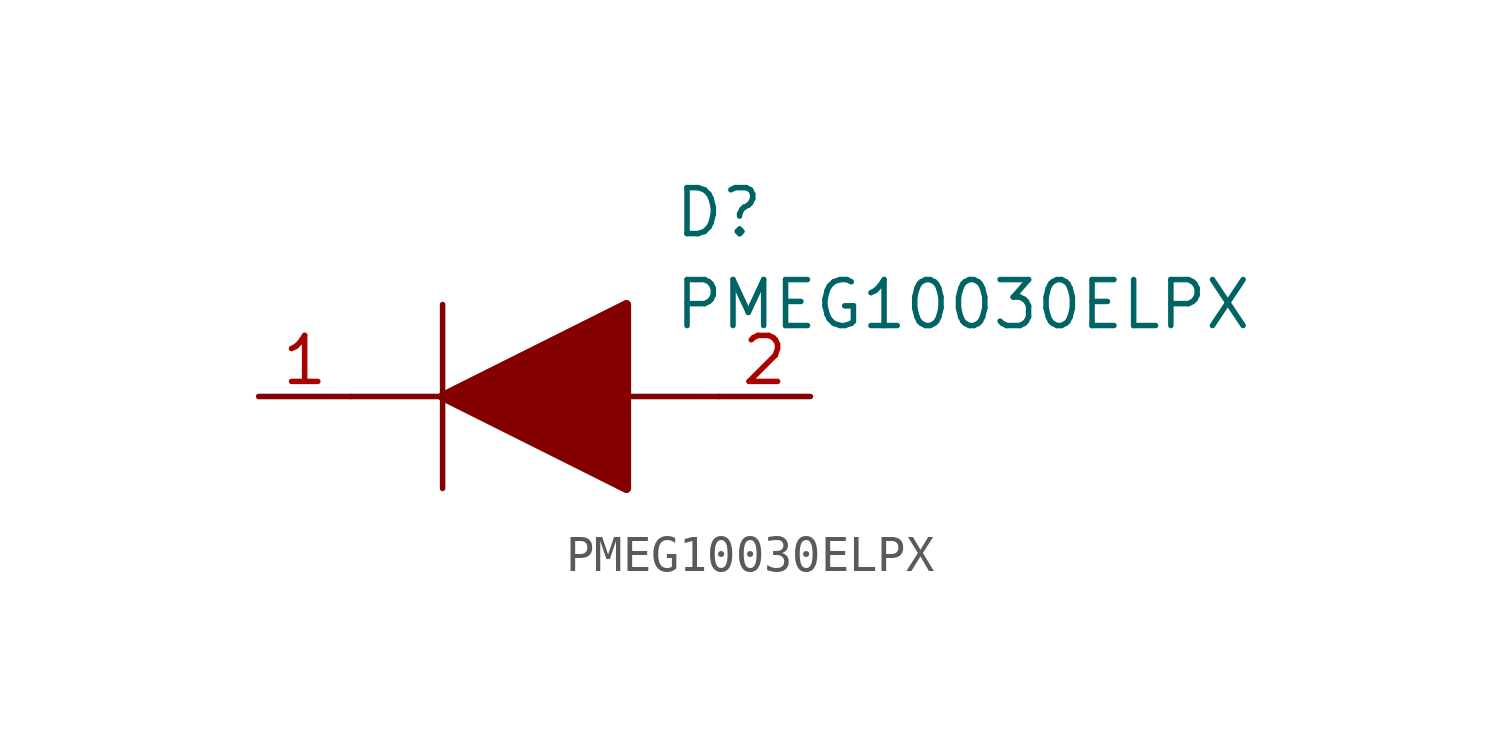
<source format=kicad_sym>
(kicad_symbol_lib
  (version 20220914)
  (generator kicad_symbol_editor)
  (symbol "PMEG10030ELPX"
    (pin_names
      (offset 0.762))
    (property "Reference" "D"
      (at 11.43 5.08 0)
      (effects (font (size 1.27 1.27)) (justify left)))
    (property "Value" "PMEG10030ELPX"
      (at 11.43 2.54 0)
      (effects (font (size 1.27 1.27)) (justify left)))
    (symbol "PMEG10030ELPX_0_0"
      (pin passive line (at 0 0 0) (length 2.54) (name "~" (effects (font (size 1.27 1.27)))) (number "1" (effects (font (size 1.27 1.27)))))
      (pin passive line (at 15.24 0 180) (length 2.54) (name "~" (effects (font (size 1.27 1.27)))) (number "2" (effects (font (size 1.27 1.27))))))
    (symbol "PMEG10030ELPX_0_1"
      (polyline (pts (xy 2.54 0) (xy 5.08 0)) (stroke (width 0.152) (type solid)) (fill (type none)))
      (polyline (pts (xy 5.08 2.54) (xy 5.08 -2.54)) (stroke (width 0.152) (type solid)) (fill (type none)))
      (polyline (pts (xy 10.16 0) (xy 12.7 0)) (stroke (width 0.152) (type solid)) (fill (type none)))
      (polyline (pts (xy 5.08 0) (xy 10.16 2.54) (xy 10.16 -2.54) (xy 5.08 0)) (stroke (width 0.254) (type solid)) (fill (type outline))))))
</source>
